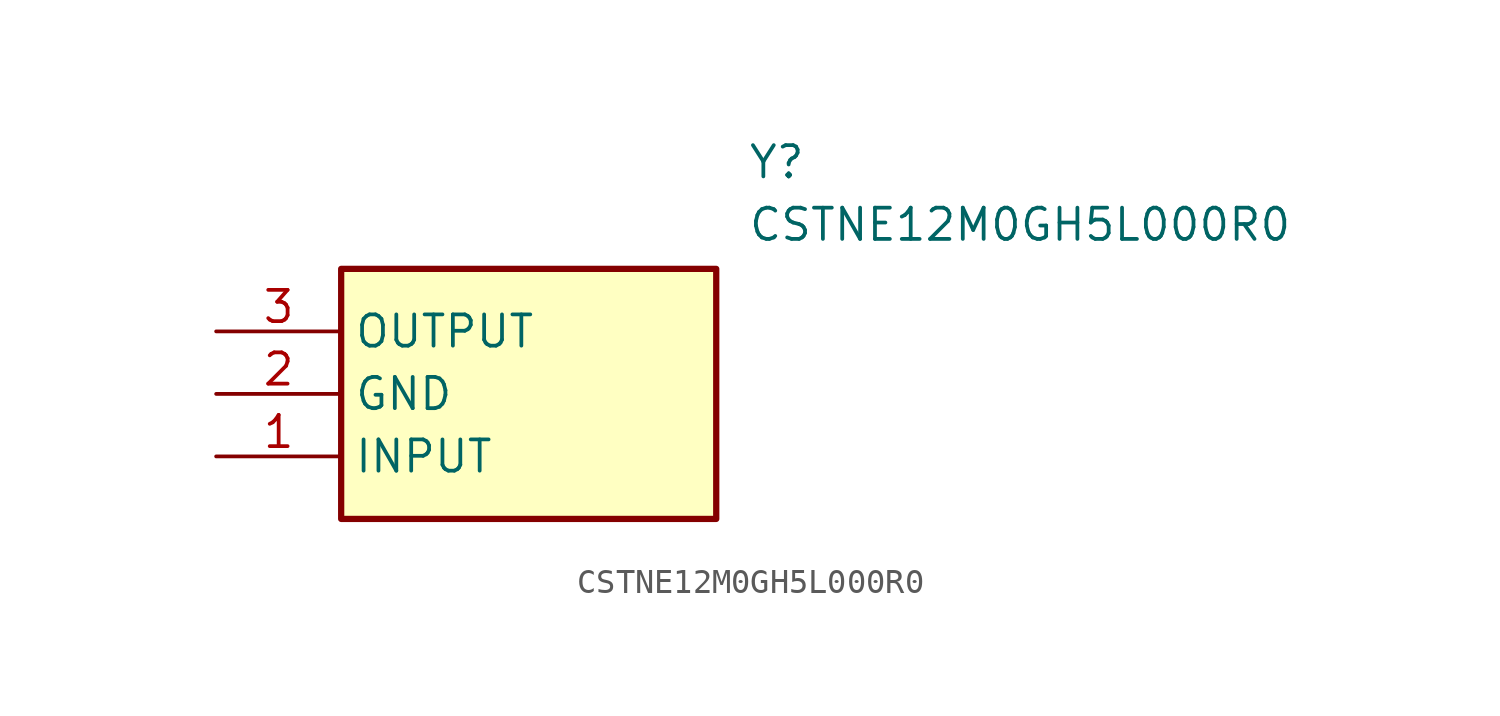
<source format=kicad_sym>
(kicad_symbol_lib
  (version 20211014)
  (generator SamacSys_ECAD_Model)
  (symbol "CSTNE12M0GH5L000R0"
    (property "Reference" "Y"
      (at 21.59 7.62 0)
      (effects (font (size 1.27 1.27)) (justify left top)))
    (property "Value" "CSTNE12M0GH5L000R0"
      (at 21.59 5.08 0)
      (effects (font (size 1.27 1.27)) (justify left top)))
    (rectangle
      (start 5.08 2.54)
      (end 20.32 -7.62)
      (stroke (width 0.254) (type default))
      (fill (type background)))
    (pin passive line
      (at 0 -5.08 0)
      (length 5.08)
      (name "INPUT" (effects (font (size 1.27 1.27))))
      (number "1" (effects (font (size 1.27 1.27)))))
    (pin passive line
      (at 0 -2.54 0)
      (length 5.08)
      (name "GND" (effects (font (size 1.27 1.27))))
      (number "2" (effects (font (size 1.27 1.27)))))
    (pin passive line
      (at 0 0 0)
      (length 5.08)
      (name "OUTPUT" (effects (font (size 1.27 1.27))))
      (number "3" (effects (font (size 1.27 1.27)))))))
</source>
